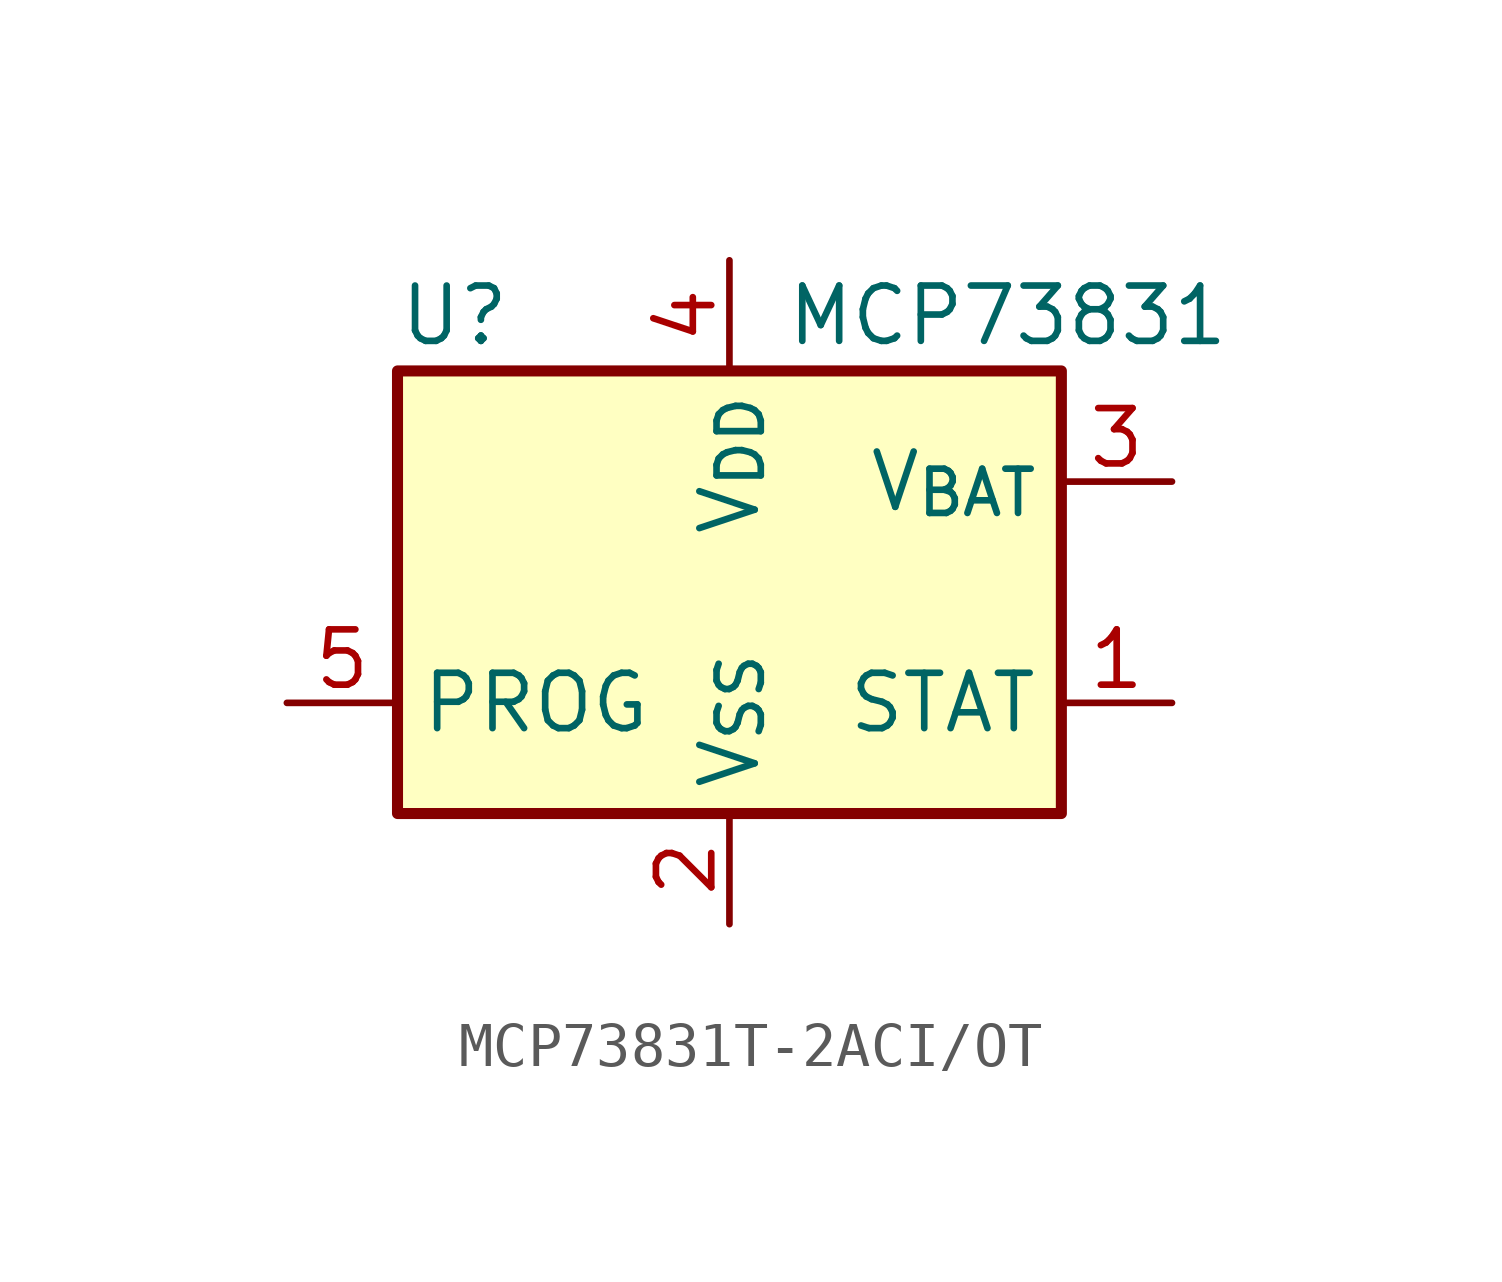
<source format=kicad_sym>
(kicad_symbol_lib
  (version 20241209)
  (generator "kicad_symbol_editor")
  (generator_version "9.0")
  (symbol "MCP73831T-2ACI/OT"
    (property "Reference" "U"
      (at -7.62 6.35 0)
      (effects (font (size 1.27 1.27)) (justify left)))
    (property "Value" "MCP73831"
      (at 1.27 6.35 0)
      (effects (font (size 1.27 1.27)) (justify left)))
    (symbol "MCP73831T-2ACI/OT_0_1"
      (rectangle (start -7.62 5.08) (end 7.62 -5.08) (stroke (width 0.254) (type default)) (fill (type background))))
    (symbol "MCP73831T-2ACI/OT_1_1"
      (pin input line (at -10.16 -2.54 0) (length 2.54) (name "PROG" (effects (font (size 1.27 1.27)))) (number "5" (effects (font (size 1.27 1.27)))))
      (pin power_in line (at 0 7.62 270) (length 2.54) (name "V_{DD}" (effects (font (size 1.27 1.27)))) (number "4" (effects (font (size 1.27 1.27)))))
      (pin power_in line (at 0 -7.62 90) (length 2.54) (name "V_{SS}" (effects (font (size 1.27 1.27)))) (number "2" (effects (font (size 1.27 1.27)))))
      (pin power_out line (at 10.16 2.54 180) (length 2.54) (name "V_{BAT}" (effects (font (size 1.27 1.27)))) (number "3" (effects (font (size 1.27 1.27)))))
      (pin tri_state line (at 10.16 -2.54 180) (length 2.54) (name "STAT" (effects (font (size 1.27 1.27)))) (number "1" (effects (font (size 1.27 1.27))))))))
</source>
